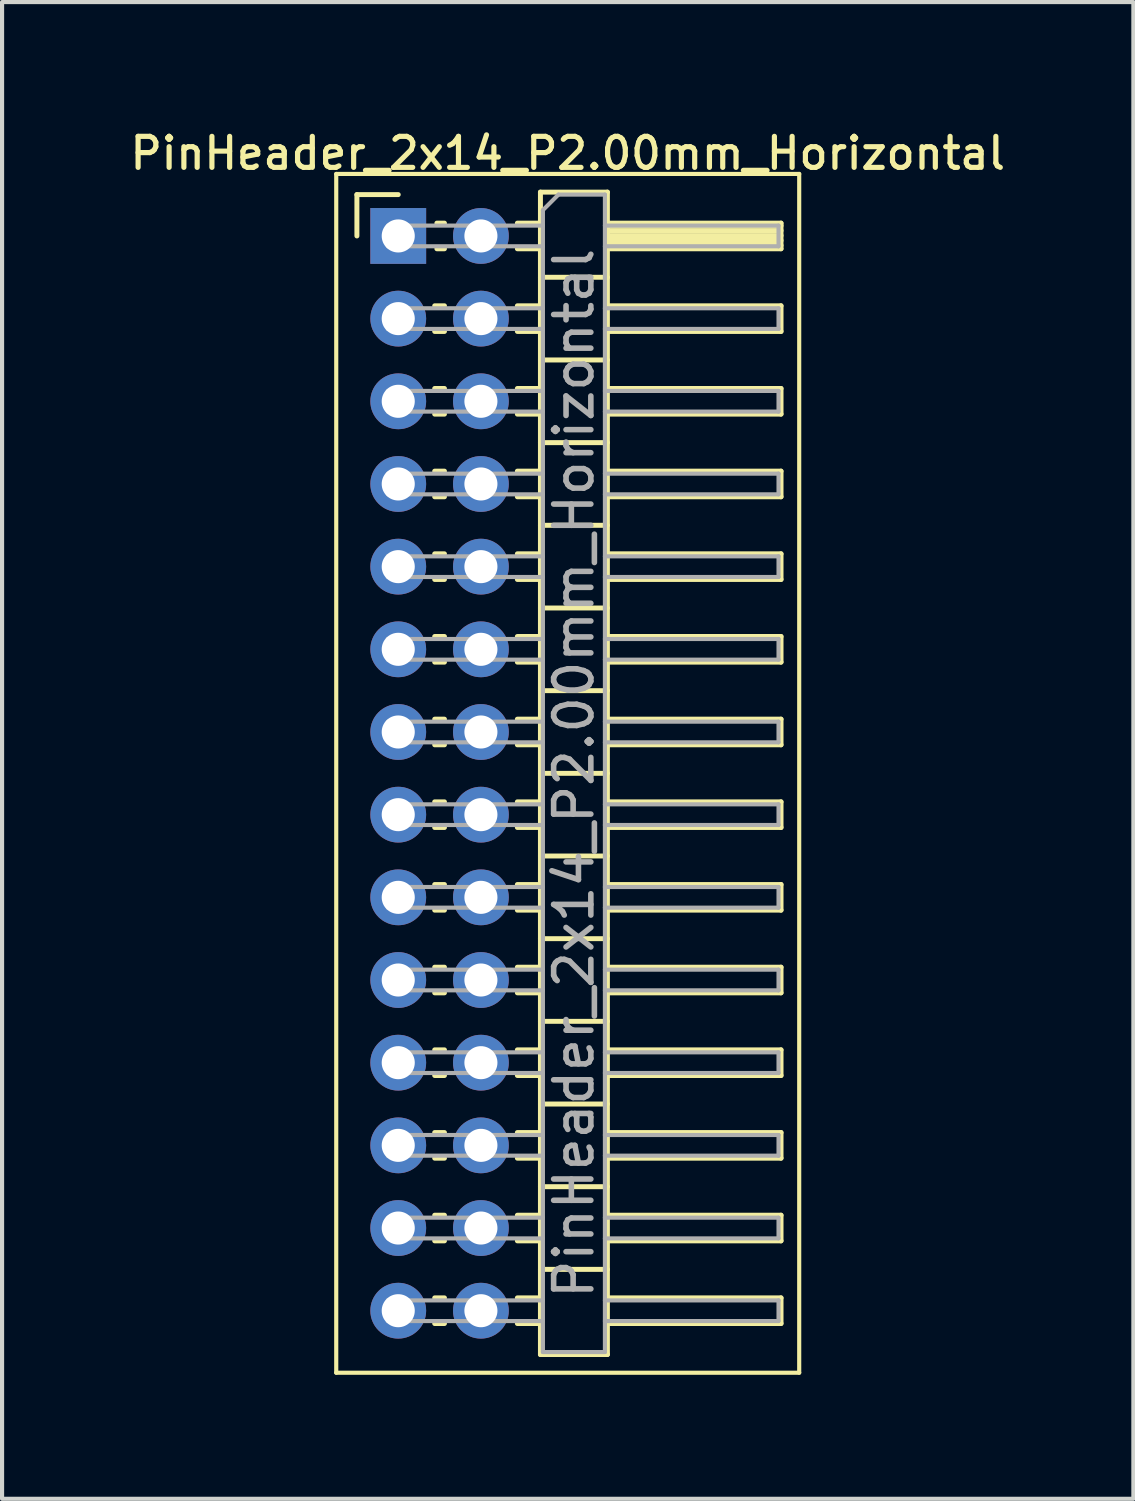
<source format=kicad_pcb>
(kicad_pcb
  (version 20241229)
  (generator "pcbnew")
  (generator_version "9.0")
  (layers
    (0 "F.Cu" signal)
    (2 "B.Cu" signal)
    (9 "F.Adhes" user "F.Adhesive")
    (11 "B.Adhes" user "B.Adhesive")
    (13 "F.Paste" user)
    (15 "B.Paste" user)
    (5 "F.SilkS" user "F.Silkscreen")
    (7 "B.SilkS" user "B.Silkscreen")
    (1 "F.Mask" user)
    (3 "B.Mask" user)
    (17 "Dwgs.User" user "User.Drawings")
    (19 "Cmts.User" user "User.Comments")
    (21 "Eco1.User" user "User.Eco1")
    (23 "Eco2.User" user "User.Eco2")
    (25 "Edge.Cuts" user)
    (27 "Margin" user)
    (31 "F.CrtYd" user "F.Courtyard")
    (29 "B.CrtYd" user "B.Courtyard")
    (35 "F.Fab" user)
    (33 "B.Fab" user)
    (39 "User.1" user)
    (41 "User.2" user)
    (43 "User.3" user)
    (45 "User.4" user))
  (footprint "PinHeader_2x14_P2.00mm_Horizontal"
    (layer "F.Cu")
    (at 6.584 2.658)
    (property "Reference" "PinHeader_2x14_P2.00mm_Horizontal" (at 4.1 -2 0) (layer "F.SilkS") (effects (font (size 0.75 0.75) (thickness 0.125))))
    (attr through_hole)
    (fp_line (start -1.5 -1.5) (end -1.5 27.5) (stroke (width 0.1) (type solid)) (layer "F.SilkS"))
    (fp_line (start -1.5 27.5) (end 9.7 27.5) (stroke (width 0.1) (type solid)) (layer "F.SilkS"))
    (fp_line (start -1 -1) (end 0 -1) (stroke (width 0.12) (type solid)) (layer "F.SilkS"))
    (fp_line (start -1 0) (end -1 -1) (stroke (width 0.12) (type solid)) (layer "F.SilkS"))
    (fp_line (start 0.882 1.69) (end 1.118 1.69) (stroke (width 0.12) (type solid)) (layer "F.SilkS"))
    (fp_line (start 0.882 2.31) (end 1.118 2.31) (stroke (width 0.12) (type solid)) (layer "F.SilkS"))
    (fp_line (start 0.882 3.69) (end 1.118 3.69) (stroke (width 0.12) (type solid)) (layer "F.SilkS"))
    (fp_line (start 0.882 4.31) (end 1.118 4.31) (stroke (width 0.12) (type solid)) (layer "F.SilkS"))
    (fp_line (start 0.882 5.69) (end 1.118 5.69) (stroke (width 0.12) (type solid)) (layer "F.SilkS"))
    (fp_line (start 0.882 6.31) (end 1.118 6.31) (stroke (width 0.12) (type solid)) (layer "F.SilkS"))
    (fp_line (start 0.882 7.69) (end 1.118 7.69) (stroke (width 0.12) (type solid)) (layer "F.SilkS"))
    (fp_line (start 0.882 8.31) (end 1.118 8.31) (stroke (width 0.12) (type solid)) (layer "F.SilkS"))
    (fp_line (start 0.882 9.69) (end 1.118 9.69) (stroke (width 0.12) (type solid)) (layer "F.SilkS"))
    (fp_line (start 0.882 10.31) (end 1.118 10.31) (stroke (width 0.12) (type solid)) (layer "F.SilkS"))
    (fp_line (start 0.882 11.69) (end 1.118 11.69) (stroke (width 0.12) (type solid)) (layer "F.SilkS"))
    (fp_line (start 0.882 12.31) (end 1.118 12.31) (stroke (width 0.12) (type solid)) (layer "F.SilkS"))
    (fp_line (start 0.882 13.69) (end 1.118 13.69) (stroke (width 0.12) (type solid)) (layer "F.SilkS"))
    (fp_line (start 0.882 14.31) (end 1.118 14.31) (stroke (width 0.12) (type solid)) (layer "F.SilkS"))
    (fp_line (start 0.882 15.69) (end 1.118 15.69) (stroke (width 0.12) (type solid)) (layer "F.SilkS"))
    (fp_line (start 0.882 16.31) (end 1.118 16.31) (stroke (width 0.12) (type solid)) (layer "F.SilkS"))
    (fp_line (start 0.882 17.69) (end 1.118 17.69) (stroke (width 0.12) (type solid)) (layer "F.SilkS"))
    (fp_line (start 0.882 18.31) (end 1.118 18.31) (stroke (width 0.12) (type solid)) (layer "F.SilkS"))
    (fp_line (start 0.882 19.69) (end 1.118 19.69) (stroke (width 0.12) (type solid)) (layer "F.SilkS"))
    (fp_line (start 0.882 20.31) (end 1.118 20.31) (stroke (width 0.12) (type solid)) (layer "F.SilkS"))
    (fp_line (start 0.882 21.69) (end 1.118 21.69) (stroke (width 0.12) (type solid)) (layer "F.SilkS"))
    (fp_line (start 0.882 22.31) (end 1.118 22.31) (stroke (width 0.12) (type solid)) (layer "F.SilkS"))
    (fp_line (start 0.882 23.69) (end 1.118 23.69) (stroke (width 0.12) (type solid)) (layer "F.SilkS"))
    (fp_line (start 0.882 24.31) (end 1.118 24.31) (stroke (width 0.12) (type solid)) (layer "F.SilkS"))
    (fp_line (start 0.882 25.69) (end 1.118 25.69) (stroke (width 0.12) (type solid)) (layer "F.SilkS"))
    (fp_line (start 0.882 26.31) (end 1.118 26.31) (stroke (width 0.12) (type solid)) (layer "F.SilkS"))
    (fp_line (start 0.935 -0.31) (end 1.118 -0.31) (stroke (width 0.12) (type solid)) (layer "F.SilkS"))
    (fp_line (start 0.935 0.31) (end 1.118 0.31) (stroke (width 0.12) (type solid)) (layer "F.SilkS"))
    (fp_line (start 2.882 -0.31) (end 3.44 -0.31) (stroke (width 0.12) (type solid)) (layer "F.SilkS"))
    (fp_line (start 2.882 0.31) (end 3.44 0.31) (stroke (width 0.12) (type solid)) (layer "F.SilkS"))
    (fp_line (start 2.882 1.69) (end 3.44 1.69) (stroke (width 0.12) (type solid)) (layer "F.SilkS"))
    (fp_line (start 2.882 2.31) (end 3.44 2.31) (stroke (width 0.12) (type solid)) (layer "F.SilkS"))
    (fp_line (start 2.882 3.69) (end 3.44 3.69) (stroke (width 0.12) (type solid)) (layer "F.SilkS"))
    (fp_line (start 2.882 4.31) (end 3.44 4.31) (stroke (width 0.12) (type solid)) (layer "F.SilkS"))
    (fp_line (start 2.882 5.69) (end 3.44 5.69) (stroke (width 0.12) (type solid)) (layer "F.SilkS"))
    (fp_line (start 2.882 6.31) (end 3.44 6.31) (stroke (width 0.12) (type solid)) (layer "F.SilkS"))
    (fp_line (start 2.882 7.69) (end 3.44 7.69) (stroke (width 0.12) (type solid)) (layer "F.SilkS"))
    (fp_line (start 2.882 8.31) (end 3.44 8.31) (stroke (width 0.12) (type solid)) (layer "F.SilkS"))
    (fp_line (start 2.882 9.69) (end 3.44 9.69) (stroke (width 0.12) (type solid)) (layer "F.SilkS"))
    (fp_line (start 2.882 10.31) (end 3.44 10.31) (stroke (width 0.12) (type solid)) (layer "F.SilkS"))
    (fp_line (start 2.882 11.69) (end 3.44 11.69) (stroke (width 0.12) (type solid)) (layer "F.SilkS"))
    (fp_line (start 2.882 12.31) (end 3.44 12.31) (stroke (width 0.12) (type solid)) (layer "F.SilkS"))
    (fp_line (start 2.882 13.69) (end 3.44 13.69) (stroke (width 0.12) (type solid)) (layer "F.SilkS"))
    (fp_line (start 2.882 14.31) (end 3.44 14.31) (stroke (width 0.12) (type solid)) (layer "F.SilkS"))
    (fp_line (start 2.882 15.69) (end 3.44 15.69) (stroke (width 0.12) (type solid)) (layer "F.SilkS"))
    (fp_line (start 2.882 16.31) (end 3.44 16.31) (stroke (width 0.12) (type solid)) (layer "F.SilkS"))
    (fp_line (start 2.882 17.69) (end 3.44 17.69) (stroke (width 0.12) (type solid)) (layer "F.SilkS"))
    (fp_line (start 2.882 18.31) (end 3.44 18.31) (stroke (width 0.12) (type solid)) (layer "F.SilkS"))
    (fp_line (start 2.882 19.69) (end 3.44 19.69) (stroke (width 0.12) (type solid)) (layer "F.SilkS"))
    (fp_line (start 2.882 20.31) (end 3.44 20.31) (stroke (width 0.12) (type solid)) (layer "F.SilkS"))
    (fp_line (start 2.882 21.69) (end 3.44 21.69) (stroke (width 0.12) (type solid)) (layer "F.SilkS"))
    (fp_line (start 2.882 22.31) (end 3.44 22.31) (stroke (width 0.12) (type solid)) (layer "F.SilkS"))
    (fp_line (start 2.882 23.69) (end 3.44 23.69) (stroke (width 0.12) (type solid)) (layer "F.SilkS"))
    (fp_line (start 2.882 24.31) (end 3.44 24.31) (stroke (width 0.12) (type solid)) (layer "F.SilkS"))
    (fp_line (start 2.882 25.69) (end 3.44 25.69) (stroke (width 0.12) (type solid)) (layer "F.SilkS"))
    (fp_line (start 2.882 26.31) (end 3.44 26.31) (stroke (width 0.12) (type solid)) (layer "F.SilkS"))
    (fp_line (start 3.44 -1.06) (end 3.44 27.06) (stroke (width 0.12) (type solid)) (layer "F.SilkS"))
    (fp_line (start 3.44 1) (end 5.06 1) (stroke (width 0.12) (type solid)) (layer "F.SilkS"))
    (fp_line (start 3.44 3) (end 5.06 3) (stroke (width 0.12) (type solid)) (layer "F.SilkS"))
    (fp_line (start 3.44 5) (end 5.06 5) (stroke (width 0.12) (type solid)) (layer "F.SilkS"))
    (fp_line (start 3.44 7) (end 5.06 7) (stroke (width 0.12) (type solid)) (layer "F.SilkS"))
    (fp_line (start 3.44 9) (end 5.06 9) (stroke (width 0.12) (type solid)) (layer "F.SilkS"))
    (fp_line (start 3.44 11) (end 5.06 11) (stroke (width 0.12) (type solid)) (layer "F.SilkS"))
    (fp_line (start 3.44 13) (end 5.06 13) (stroke (width 0.12) (type solid)) (layer "F.SilkS"))
    (fp_line (start 3.44 15) (end 5.06 15) (stroke (width 0.12) (type solid)) (layer "F.SilkS"))
    (fp_line (start 3.44 17) (end 5.06 17) (stroke (width 0.12) (type solid)) (layer "F.SilkS"))
    (fp_line (start 3.44 19) (end 5.06 19) (stroke (width 0.12) (type solid)) (layer "F.SilkS"))
    (fp_line (start 3.44 21) (end 5.06 21) (stroke (width 0.12) (type solid)) (layer "F.SilkS"))
    (fp_line (start 3.44 23) (end 5.06 23) (stroke (width 0.12) (type solid)) (layer "F.SilkS"))
    (fp_line (start 3.44 25) (end 5.06 25) (stroke (width 0.12) (type solid)) (layer "F.SilkS"))
    (fp_line (start 3.44 27.06) (end 5.06 27.06) (stroke (width 0.12) (type solid)) (layer "F.SilkS"))
    (fp_line (start 5.06 -1.06) (end 3.44 -1.06) (stroke (width 0.12) (type solid)) (layer "F.SilkS"))
    (fp_line (start 5.06 -0.31) (end 9.26 -0.31) (stroke (width 0.12) (type solid)) (layer "F.SilkS"))
    (fp_line (start 5.06 -0.25) (end 9.26 -0.25) (stroke (width 0.12) (type solid)) (layer "F.SilkS"))
    (fp_line (start 5.06 -0.13) (end 9.26 -0.13) (stroke (width 0.12) (type solid)) (layer "F.SilkS"))
    (fp_line (start 5.06 -0.01) (end 9.26 -0.01) (stroke (width 0.12) (type solid)) (layer "F.SilkS"))
    (fp_line (start 5.06 0.11) (end 9.26 0.11) (stroke (width 0.12) (type solid)) (layer "F.SilkS"))
    (fp_line (start 5.06 0.23) (end 9.26 0.23) (stroke (width 0.12) (type solid)) (layer "F.SilkS"))
    (fp_line (start 5.06 1.69) (end 9.26 1.69) (stroke (width 0.12) (type solid)) (layer "F.SilkS"))
    (fp_line (start 5.06 3.69) (end 9.26 3.69) (stroke (width 0.12) (type solid)) (layer "F.SilkS"))
    (fp_line (start 5.06 5.69) (end 9.26 5.69) (stroke (width 0.12) (type solid)) (layer "F.SilkS"))
    (fp_line (start 5.06 7.69) (end 9.26 7.69) (stroke (width 0.12) (type solid)) (layer "F.SilkS"))
    (fp_line (start 5.06 9.69) (end 9.26 9.69) (stroke (width 0.12) (type solid)) (layer "F.SilkS"))
    (fp_line (start 5.06 11.69) (end 9.26 11.69) (stroke (width 0.12) (type solid)) (layer "F.SilkS"))
    (fp_line (start 5.06 13.69) (end 9.26 13.69) (stroke (width 0.12) (type solid)) (layer "F.SilkS"))
    (fp_line (start 5.06 15.69) (end 9.26 15.69) (stroke (width 0.12) (type solid)) (layer "F.SilkS"))
    (fp_line (start 5.06 17.69) (end 9.26 17.69) (stroke (width 0.12) (type solid)) (layer "F.SilkS"))
    (fp_line (start 5.06 19.69) (end 9.26 19.69) (stroke (width 0.12) (type solid)) (layer "F.SilkS"))
    (fp_line (start 5.06 21.69) (end 9.26 21.69) (stroke (width 0.12) (type solid)) (layer "F.SilkS"))
    (fp_line (start 5.06 23.69) (end 9.26 23.69) (stroke (width 0.12) (type solid)) (layer "F.SilkS"))
    (fp_line (start 5.06 25.69) (end 9.26 25.69) (stroke (width 0.12) (type solid)) (layer "F.SilkS"))
    (fp_line (start 5.06 27.06) (end 5.06 -1.06) (stroke (width 0.12) (type solid)) (layer "F.SilkS"))
    (fp_line (start 9.26 -0.31) (end 9.26 0.31) (stroke (width 0.12) (type solid)) (layer "F.SilkS"))
    (fp_line (start 9.26 0.31) (end 5.06 0.31) (stroke (width 0.12) (type solid)) (layer "F.SilkS"))
    (fp_line (start 9.26 1.69) (end 9.26 2.31) (stroke (width 0.12) (type solid)) (layer "F.SilkS"))
    (fp_line (start 9.26 2.31) (end 5.06 2.31) (stroke (width 0.12) (type solid)) (layer "F.SilkS"))
    (fp_line (start 9.26 3.69) (end 9.26 4.31) (stroke (width 0.12) (type solid)) (layer "F.SilkS"))
    (fp_line (start 9.26 4.31) (end 5.06 4.31) (stroke (width 0.12) (type solid)) (layer "F.SilkS"))
    (fp_line (start 9.26 5.69) (end 9.26 6.31) (stroke (width 0.12) (type solid)) (layer "F.SilkS"))
    (fp_line (start 9.26 6.31) (end 5.06 6.31) (stroke (width 0.12) (type solid)) (layer "F.SilkS"))
    (fp_line (start 9.26 7.69) (end 9.26 8.31) (stroke (width 0.12) (type solid)) (layer "F.SilkS"))
    (fp_line (start 9.26 8.31) (end 5.06 8.31) (stroke (width 0.12) (type solid)) (layer "F.SilkS"))
    (fp_line (start 9.26 9.69) (end 9.26 10.31) (stroke (width 0.12) (type solid)) (layer "F.SilkS"))
    (fp_line (start 9.26 10.31) (end 5.06 10.31) (stroke (width 0.12) (type solid)) (layer "F.SilkS"))
    (fp_line (start 9.26 11.69) (end 9.26 12.31) (stroke (width 0.12) (type solid)) (layer "F.SilkS"))
    (fp_line (start 9.26 12.31) (end 5.06 12.31) (stroke (width 0.12) (type solid)) (layer "F.SilkS"))
    (fp_line (start 9.26 13.69) (end 9.26 14.31) (stroke (width 0.12) (type solid)) (layer "F.SilkS"))
    (fp_line (start 9.26 14.31) (end 5.06 14.31) (stroke (width 0.12) (type solid)) (layer "F.SilkS"))
    (fp_line (start 9.26 15.69) (end 9.26 16.31) (stroke (width 0.12) (type solid)) (layer "F.SilkS"))
    (fp_line (start 9.26 16.31) (end 5.06 16.31) (stroke (width 0.12) (type solid)) (layer "F.SilkS"))
    (fp_line (start 9.26 17.69) (end 9.26 18.31) (stroke (width 0.12) (type solid)) (layer "F.SilkS"))
    (fp_line (start 9.26 18.31) (end 5.06 18.31) (stroke (width 0.12) (type solid)) (layer "F.SilkS"))
    (fp_line (start 9.26 19.69) (end 9.26 20.31) (stroke (width 0.12) (type solid)) (layer "F.SilkS"))
    (fp_line (start 9.26 20.31) (end 5.06 20.31) (stroke (width 0.12) (type solid)) (layer "F.SilkS"))
    (fp_line (start 9.26 21.69) (end 9.26 22.31) (stroke (width 0.12) (type solid)) (layer "F.SilkS"))
    (fp_line (start 9.26 22.31) (end 5.06 22.31) (stroke (width 0.12) (type solid)) (layer "F.SilkS"))
    (fp_line (start 9.26 23.69) (end 9.26 24.31) (stroke (width 0.12) (type solid)) (layer "F.SilkS"))
    (fp_line (start 9.26 24.31) (end 5.06 24.31) (stroke (width 0.12) (type solid)) (layer "F.SilkS"))
    (fp_line (start 9.26 25.69) (end 9.26 26.31) (stroke (width 0.12) (type solid)) (layer "F.SilkS"))
    (fp_line (start 9.26 26.31) (end 5.06 26.31) (stroke (width 0.12) (type solid)) (layer "F.SilkS"))
    (fp_line (start 9.7 -1.5) (end -1.5 -1.5) (stroke (width 0.1) (type solid)) (layer "F.SilkS"))
    (fp_line (start 9.7 27.5) (end 9.7 -1.5) (stroke (width 0.1) (type solid)) (layer "F.SilkS"))
    (fp_line (start -0.25 -0.25) (end -0.25 0.25) (stroke (width 0.1) (type solid)) (layer "F.Fab"))
    (fp_line (start -0.25 -0.25) (end 3.5 -0.25) (stroke (width 0.1) (type solid)) (layer "F.Fab"))
    (fp_line (start -0.25 0.25) (end 3.5 0.25) (stroke (width 0.1) (type solid)) (layer "F.Fab"))
    (fp_line (start -0.25 1.75) (end -0.25 2.25) (stroke (width 0.1) (type solid)) (layer "F.Fab"))
    (fp_line (start -0.25 1.75) (end 3.5 1.75) (stroke (width 0.1) (type solid)) (layer "F.Fab"))
    (fp_line (start -0.25 2.25) (end 3.5 2.25) (stroke (width 0.1) (type solid)) (layer "F.Fab"))
    (fp_line (start -0.25 3.75) (end -0.25 4.25) (stroke (width 0.1) (type solid)) (layer "F.Fab"))
    (fp_line (start -0.25 3.75) (end 3.5 3.75) (stroke (width 0.1) (type solid)) (layer "F.Fab"))
    (fp_line (start -0.25 4.25) (end 3.5 4.25) (stroke (width 0.1) (type solid)) (layer "F.Fab"))
    (fp_line (start -0.25 5.75) (end -0.25 6.25) (stroke (width 0.1) (type solid)) (layer "F.Fab"))
    (fp_line (start -0.25 5.75) (end 3.5 5.75) (stroke (width 0.1) (type solid)) (layer "F.Fab"))
    (fp_line (start -0.25 6.25) (end 3.5 6.25) (stroke (width 0.1) (type solid)) (layer "F.Fab"))
    (fp_line (start -0.25 7.75) (end -0.25 8.25) (stroke (width 0.1) (type solid)) (layer "F.Fab"))
    (fp_line (start -0.25 7.75) (end 3.5 7.75) (stroke (width 0.1) (type solid)) (layer "F.Fab"))
    (fp_line (start -0.25 8.25) (end 3.5 8.25) (stroke (width 0.1) (type solid)) (layer "F.Fab"))
    (fp_line (start -0.25 9.75) (end -0.25 10.25) (stroke (width 0.1) (type solid)) (layer "F.Fab"))
    (fp_line (start -0.25 9.75) (end 3.5 9.75) (stroke (width 0.1) (type solid)) (layer "F.Fab"))
    (fp_line (start -0.25 10.25) (end 3.5 10.25) (stroke (width 0.1) (type solid)) (layer "F.Fab"))
    (fp_line (start -0.25 11.75) (end -0.25 12.25) (stroke (width 0.1) (type solid)) (layer "F.Fab"))
    (fp_line (start -0.25 11.75) (end 3.5 11.75) (stroke (width 0.1) (type solid)) (layer "F.Fab"))
    (fp_line (start -0.25 12.25) (end 3.5 12.25) (stroke (width 0.1) (type solid)) (layer "F.Fab"))
    (fp_line (start -0.25 13.75) (end -0.25 14.25) (stroke (width 0.1) (type solid)) (layer "F.Fab"))
    (fp_line (start -0.25 13.75) (end 3.5 13.75) (stroke (width 0.1) (type solid)) (layer "F.Fab"))
    (fp_line (start -0.25 14.25) (end 3.5 14.25) (stroke (width 0.1) (type solid)) (layer "F.Fab"))
    (fp_line (start -0.25 15.75) (end -0.25 16.25) (stroke (width 0.1) (type solid)) (layer "F.Fab"))
    (fp_line (start -0.25 15.75) (end 3.5 15.75) (stroke (width 0.1) (type solid)) (layer "F.Fab"))
    (fp_line (start -0.25 16.25) (end 3.5 16.25) (stroke (width 0.1) (type solid)) (layer "F.Fab"))
    (fp_line (start -0.25 17.75) (end -0.25 18.25) (stroke (width 0.1) (type solid)) (layer "F.Fab"))
    (fp_line (start -0.25 17.75) (end 3.5 17.75) (stroke (width 0.1) (type solid)) (layer "F.Fab"))
    (fp_line (start -0.25 18.25) (end 3.5 18.25) (stroke (width 0.1) (type solid)) (layer "F.Fab"))
    (fp_line (start -0.25 19.75) (end -0.25 20.25) (stroke (width 0.1) (type solid)) (layer "F.Fab"))
    (fp_line (start -0.25 19.75) (end 3.5 19.75) (stroke (width 0.1) (type solid)) (layer "F.Fab"))
    (fp_line (start -0.25 20.25) (end 3.5 20.25) (stroke (width 0.1) (type solid)) (layer "F.Fab"))
    (fp_line (start -0.25 21.75) (end -0.25 22.25) (stroke (width 0.1) (type solid)) (layer "F.Fab"))
    (fp_line (start -0.25 21.75) (end 3.5 21.75) (stroke (width 0.1) (type solid)) (layer "F.Fab"))
    (fp_line (start -0.25 22.25) (end 3.5 22.25) (stroke (width 0.1) (type solid)) (layer "F.Fab"))
    (fp_line (start -0.25 23.75) (end -0.25 24.25) (stroke (width 0.1) (type solid)) (layer "F.Fab"))
    (fp_line (start -0.25 23.75) (end 3.5 23.75) (stroke (width 0.1) (type solid)) (layer "F.Fab"))
    (fp_line (start -0.25 24.25) (end 3.5 24.25) (stroke (width 0.1) (type solid)) (layer "F.Fab"))
    (fp_line (start -0.25 25.75) (end -0.25 26.25) (stroke (width 0.1) (type solid)) (layer "F.Fab"))
    (fp_line (start -0.25 25.75) (end 3.5 25.75) (stroke (width 0.1) (type solid)) (layer "F.Fab"))
    (fp_line (start -0.25 26.25) (end 3.5 26.25) (stroke (width 0.1) (type solid)) (layer "F.Fab"))
    (fp_line (start 3.5 -0.625) (end 3.875 -1) (stroke (width 0.1) (type solid)) (layer "F.Fab"))
    (fp_line (start 3.5 27) (end 3.5 -0.625) (stroke (width 0.1) (type solid)) (layer "F.Fab"))
    (fp_line (start 3.875 -1) (end 5 -1) (stroke (width 0.1) (type solid)) (layer "F.Fab"))
    (fp_line (start 5 -1) (end 5 27) (stroke (width 0.1) (type solid)) (layer "F.Fab"))
    (fp_line (start 5 -0.25) (end 9.2 -0.25) (stroke (width 0.1) (type solid)) (layer "F.Fab"))
    (fp_line (start 5 0.25) (end 9.2 0.25) (stroke (width 0.1) (type solid)) (layer "F.Fab"))
    (fp_line (start 5 1.75) (end 9.2 1.75) (stroke (width 0.1) (type solid)) (layer "F.Fab"))
    (fp_line (start 5 2.25) (end 9.2 2.25) (stroke (width 0.1) (type solid)) (layer "F.Fab"))
    (fp_line (start 5 3.75) (end 9.2 3.75) (stroke (width 0.1) (type solid)) (layer "F.Fab"))
    (fp_line (start 5 4.25) (end 9.2 4.25) (stroke (width 0.1) (type solid)) (layer "F.Fab"))
    (fp_line (start 5 5.75) (end 9.2 5.75) (stroke (width 0.1) (type solid)) (layer "F.Fab"))
    (fp_line (start 5 6.25) (end 9.2 6.25) (stroke (width 0.1) (type solid)) (layer "F.Fab"))
    (fp_line (start 5 7.75) (end 9.2 7.75) (stroke (width 0.1) (type solid)) (layer "F.Fab"))
    (fp_line (start 5 8.25) (end 9.2 8.25) (stroke (width 0.1) (type solid)) (layer "F.Fab"))
    (fp_line (start 5 9.75) (end 9.2 9.75) (stroke (width 0.1) (type solid)) (layer "F.Fab"))
    (fp_line (start 5 10.25) (end 9.2 10.25) (stroke (width 0.1) (type solid)) (layer "F.Fab"))
    (fp_line (start 5 11.75) (end 9.2 11.75) (stroke (width 0.1) (type solid)) (layer "F.Fab"))
    (fp_line (start 5 12.25) (end 9.2 12.25) (stroke (width 0.1) (type solid)) (layer "F.Fab"))
    (fp_line (start 5 13.75) (end 9.2 13.75) (stroke (width 0.1) (type solid)) (layer "F.Fab"))
    (fp_line (start 5 14.25) (end 9.2 14.25) (stroke (width 0.1) (type solid)) (layer "F.Fab"))
    (fp_line (start 5 15.75) (end 9.2 15.75) (stroke (width 0.1) (type solid)) (layer "F.Fab"))
    (fp_line (start 5 16.25) (end 9.2 16.25) (stroke (width 0.1) (type solid)) (layer "F.Fab"))
    (fp_line (start 5 17.75) (end 9.2 17.75) (stroke (width 0.1) (type solid)) (layer "F.Fab"))
    (fp_line (start 5 18.25) (end 9.2 18.25) (stroke (width 0.1) (type solid)) (layer "F.Fab"))
    (fp_line (start 5 19.75) (end 9.2 19.75) (stroke (width 0.1) (type solid)) (layer "F.Fab"))
    (fp_line (start 5 20.25) (end 9.2 20.25) (stroke (width 0.1) (type solid)) (layer "F.Fab"))
    (fp_line (start 5 21.75) (end 9.2 21.75) (stroke (width 0.1) (type solid)) (layer "F.Fab"))
    (fp_line (start 5 22.25) (end 9.2 22.25) (stroke (width 0.1) (type solid)) (layer "F.Fab"))
    (fp_line (start 5 23.75) (end 9.2 23.75) (stroke (width 0.1) (type solid)) (layer "F.Fab"))
    (fp_line (start 5 24.25) (end 9.2 24.25) (stroke (width 0.1) (type solid)) (layer "F.Fab"))
    (fp_line (start 5 25.75) (end 9.2 25.75) (stroke (width 0.1) (type solid)) (layer "F.Fab"))
    (fp_line (start 5 26.25) (end 9.2 26.25) (stroke (width 0.1) (type solid)) (layer "F.Fab"))
    (fp_line (start 5 27) (end 3.5 27) (stroke (width 0.1) (type solid)) (layer "F.Fab"))
    (fp_line (start 9.2 -0.25) (end 9.2 0.25) (stroke (width 0.1) (type solid)) (layer "F.Fab"))
    (fp_line (start 9.2 1.75) (end 9.2 2.25) (stroke (width 0.1) (type solid)) (layer "F.Fab"))
    (fp_line (start 9.2 3.75) (end 9.2 4.25) (stroke (width 0.1) (type solid)) (layer "F.Fab"))
    (fp_line (start 9.2 5.75) (end 9.2 6.25) (stroke (width 0.1) (type solid)) (layer "F.Fab"))
    (fp_line (start 9.2 7.75) (end 9.2 8.25) (stroke (width 0.1) (type solid)) (layer "F.Fab"))
    (fp_line (start 9.2 9.75) (end 9.2 10.25) (stroke (width 0.1) (type solid)) (layer "F.Fab"))
    (fp_line (start 9.2 11.75) (end 9.2 12.25) (stroke (width 0.1) (type solid)) (layer "F.Fab"))
    (fp_line (start 9.2 13.75) (end 9.2 14.25) (stroke (width 0.1) (type solid)) (layer "F.Fab"))
    (fp_line (start 9.2 15.75) (end 9.2 16.25) (stroke (width 0.1) (type solid)) (layer "F.Fab"))
    (fp_line (start 9.2 17.75) (end 9.2 18.25) (stroke (width 0.1) (type solid)) (layer "F.Fab"))
    (fp_line (start 9.2 19.75) (end 9.2 20.25) (stroke (width 0.1) (type solid)) (layer "F.Fab"))
    (fp_line (start 9.2 21.75) (end 9.2 22.25) (stroke (width 0.1) (type solid)) (layer "F.Fab"))
    (fp_line (start 9.2 23.75) (end 9.2 24.25) (stroke (width 0.1) (type solid)) (layer "F.Fab"))
    (fp_line (start 9.2 25.75) (end 9.2 26.25) (stroke (width 0.1) (type solid)) (layer "F.Fab"))
    (fp_text user "${REFERENCE}" (at 4.25 13 90) (layer "F.Fab") (effects (font (size 0.9 0.9) (thickness 0.135))))
    (pad "1" thru_hole rect (at 0 0) (size 1.35 1.35) (drill 0.8) (layers "*.Cu" "*.Mask"))
    (pad "2" thru_hole oval (at 2 0) (size 1.35 1.35) (drill 0.8) (layers "*.Cu" "*.Mask"))
    (pad "3" thru_hole oval (at 0 2) (size 1.35 1.35) (drill 0.8) (layers "*.Cu" "*.Mask"))
    (pad "4" thru_hole oval (at 2 2) (size 1.35 1.35) (drill 0.8) (layers "*.Cu" "*.Mask"))
    (pad "5" thru_hole oval (at 0 4) (size 1.35 1.35) (drill 0.8) (layers "*.Cu" "*.Mask"))
    (pad "6" thru_hole oval (at 2 4) (size 1.35 1.35) (drill 0.8) (layers "*.Cu" "*.Mask"))
    (pad "7" thru_hole oval (at 0 6) (size 1.35 1.35) (drill 0.8) (layers "*.Cu" "*.Mask"))
    (pad "8" thru_hole oval (at 2 6) (size 1.35 1.35) (drill 0.8) (layers "*.Cu" "*.Mask"))
    (pad "9" thru_hole oval (at 0 8) (size 1.35 1.35) (drill 0.8) (layers "*.Cu" "*.Mask"))
    (pad "10" thru_hole oval (at 2 8) (size 1.35 1.35) (drill 0.8) (layers "*.Cu" "*.Mask"))
    (pad "11" thru_hole oval (at 0 10) (size 1.35 1.35) (drill 0.8) (layers "*.Cu" "*.Mask"))
    (pad "12" thru_hole oval (at 2 10) (size 1.35 1.35) (drill 0.8) (layers "*.Cu" "*.Mask"))
    (pad "13" thru_hole oval (at 0 12) (size 1.35 1.35) (drill 0.8) (layers "*.Cu" "*.Mask"))
    (pad "14" thru_hole oval (at 2 12) (size 1.35 1.35) (drill 0.8) (layers "*.Cu" "*.Mask"))
    (pad "15" thru_hole oval (at 0 14) (size 1.35 1.35) (drill 0.8) (layers "*.Cu" "*.Mask"))
    (pad "16" thru_hole oval (at 2 14) (size 1.35 1.35) (drill 0.8) (layers "*.Cu" "*.Mask"))
    (pad "17" thru_hole oval (at 0 16) (size 1.35 1.35) (drill 0.8) (layers "*.Cu" "*.Mask"))
    (pad "18" thru_hole oval (at 2 16) (size 1.35 1.35) (drill 0.8) (layers "*.Cu" "*.Mask"))
    (pad "19" thru_hole oval (at 0 18) (size 1.35 1.35) (drill 0.8) (layers "*.Cu" "*.Mask"))
    (pad "20" thru_hole oval (at 2 18) (size 1.35 1.35) (drill 0.8) (layers "*.Cu" "*.Mask"))
    (pad "21" thru_hole oval (at 0 20) (size 1.35 1.35) (drill 0.8) (layers "*.Cu" "*.Mask"))
    (pad "22" thru_hole oval (at 2 20) (size 1.35 1.35) (drill 0.8) (layers "*.Cu" "*.Mask"))
    (pad "23" thru_hole oval (at 0 22) (size 1.35 1.35) (drill 0.8) (layers "*.Cu" "*.Mask"))
    (pad "24" thru_hole oval (at 2 22) (size 1.35 1.35) (drill 0.8) (layers "*.Cu" "*.Mask"))
    (pad "25" thru_hole oval (at 0 24) (size 1.35 1.35) (drill 0.8) (layers "*.Cu" "*.Mask"))
    (pad "26" thru_hole oval (at 2 24) (size 1.35 1.35) (drill 0.8) (layers "*.Cu" "*.Mask"))
    (pad "27" thru_hole oval (at 0 26) (size 1.35 1.35) (drill 0.8) (layers "*.Cu" "*.Mask"))
    (pad "28" thru_hole oval (at 2 26) (size 1.35 1.35) (drill 0.8) (layers "*.Cu" "*.Mask")))
  (gr_rect
    (start -3 -3)
    (end 24.368 33.208)
    (stroke (width 0.1) (type default))
    (fill no)
    (layer "Edge.Cuts")))
</source>
